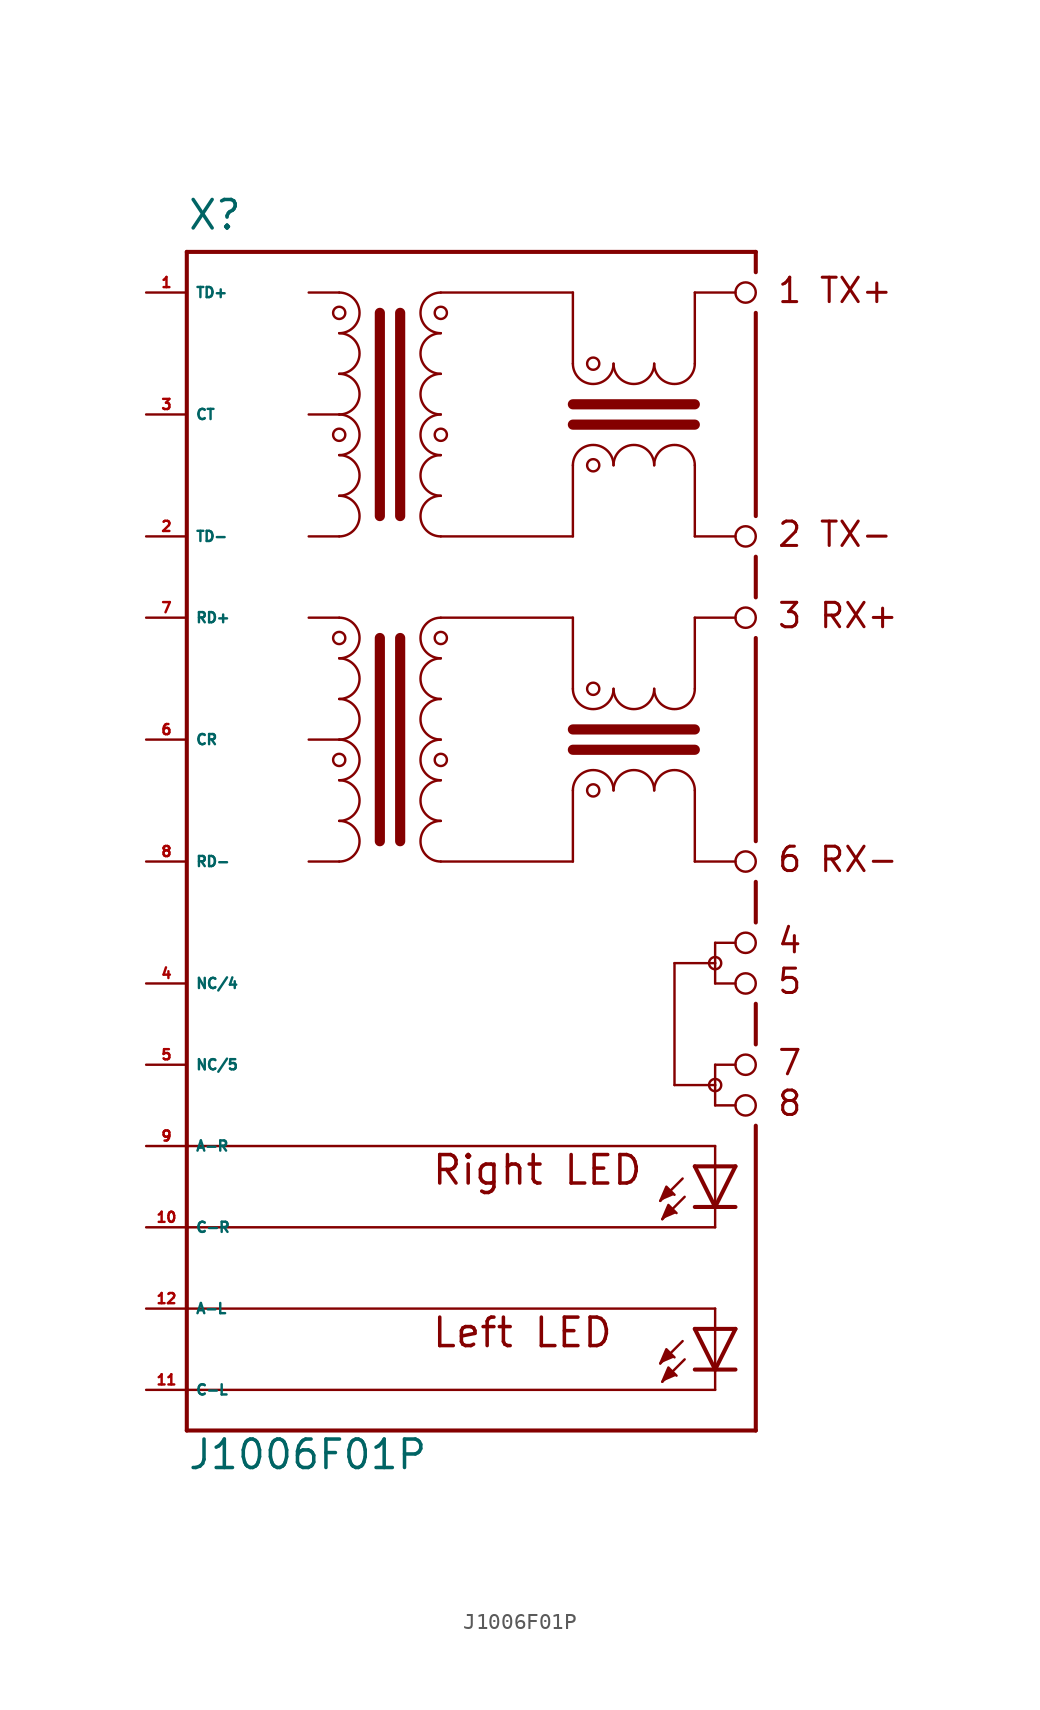
<source format=kicad_sym>
(kicad_symbol_lib
  (version 20220914)
  (generator Eagle2Kicad)
  (symbol "J1006F01P"
    (property "Reference" "X"
      (at -12.7 21.59 0)
      (effects (font (size 1.778 1.778) (thickness 0.22)) (justify left bottom)))
    (property "Value" "J1006F01P"
      (at -12.7 -55.88 0)
      (effects (font (size 1.778 1.778) (thickness 0.22)) (justify left bottom)))
    (polyline
      (pts (xy 16.891 -38.989) (xy 17.272 -38.1) (xy 17.78 -38.608))
      (stroke (width 0.152) (type default))
      (fill (type outline)))
    (polyline
      (pts (xy 17.018 -40.132) (xy 17.399 -39.243) (xy 17.907 -39.751))
      (stroke (width 0.152) (type default))
      (fill (type outline)))
    (polyline
      (pts (xy 16.891 -49.149) (xy 17.272 -48.26) (xy 17.78 -48.768))
      (stroke (width 0.152) (type default))
      (fill (type outline)))
    (polyline
      (pts (xy 17.018 -50.292) (xy 17.399 -49.403) (xy 17.907 -49.911))
      (stroke (width 0.152) (type default))
      (fill (type outline)))
    (polyline
      (pts (xy 21.59 -36.83) (xy 20.32 -39.37))
      (stroke (width 0.254) (type default))
      (fill (type none)))
    (polyline
      (pts (xy 20.32 -39.37) (xy 19.05 -36.83))
      (stroke (width 0.254) (type default))
      (fill (type none)))
    (polyline
      (pts (xy 21.59 -39.37) (xy 20.32 -39.37))
      (stroke (width 0.254) (type default))
      (fill (type none)))
    (polyline
      (pts (xy 20.32 -39.37) (xy 19.05 -39.37))
      (stroke (width 0.254) (type default))
      (fill (type none)))
    (polyline
      (pts (xy 21.59 -36.83) (xy 20.32 -36.83))
      (stroke (width 0.254) (type default))
      (fill (type none)))
    (polyline
      (pts (xy 20.32 -36.83) (xy 19.05 -36.83))
      (stroke (width 0.254) (type default))
      (fill (type none)))
    (polyline
      (pts (xy 20.32 -36.83) (xy 20.32 -39.37))
      (stroke (width 0.152) (type default))
      (fill (type none)))
    (polyline
      (pts (xy 18.288 -37.592) (xy 16.891 -38.989))
      (stroke (width 0.152) (type default))
      (fill (type none)))
    (polyline
      (pts (xy 18.415 -38.735) (xy 17.018 -40.132))
      (stroke (width 0.152) (type default))
      (fill (type none)))
    (polyline
      (pts (xy 20.32 -40.64) (xy 20.32 -39.37))
      (stroke (width 0.152) (type default))
      (fill (type none)))
    (polyline
      (pts (xy -5.08 2.54) (xy -3.175 2.54))
      (stroke (width 0.152) (type default))
      (fill (type none)))
    (polyline
      (pts (xy -5.08 10.16) (xy -3.175 10.16))
      (stroke (width 0.152) (type default))
      (fill (type none)))
    (polyline
      (pts (xy -5.08 17.78) (xy -3.175 17.78))
      (stroke (width 0.152) (type default))
      (fill (type none)))
    (arc
      (start -3.175 10.16)
      (mid -1.905 11.430)
      (end -3.175 12.7)
      (stroke (width 0.1524) (type default))
      (fill (type none)))
    (arc
      (start -3.175 12.7)
      (mid -1.905 13.970)
      (end -3.175 15.24)
      (stroke (width 0.1524) (type default))
      (fill (type none)))
    (arc
      (start -3.175 15.24)
      (mid -1.905 16.510)
      (end -3.175 17.78)
      (stroke (width 0.1524) (type default))
      (fill (type none)))
    (arc
      (start -3.175 7.62)
      (mid -1.905 8.890)
      (end -3.175 10.16)
      (stroke (width 0.1524) (type default))
      (fill (type none)))
    (arc
      (start -3.175 5.08)
      (mid -1.905 6.350)
      (end -3.175 7.62)
      (stroke (width 0.1524) (type default))
      (fill (type none)))
    (arc
      (start -3.175 2.54)
      (mid -1.905 3.810)
      (end -3.175 5.08)
      (stroke (width 0.1524) (type default))
      (fill (type none)))
    (polyline
      (pts (xy -0.635 16.51) (xy -0.635 3.81))
      (stroke (width 0.635) (type default))
      (fill (type none)))
    (polyline
      (pts (xy 0.635 16.51) (xy 0.635 3.81))
      (stroke (width 0.635) (type default))
      (fill (type none)))
    (arc
      (start 3.175 12.7)
      (mid 1.905 11.430)
      (end 3.175 10.16)
      (stroke (width 0.1524) (type default))
      (fill (type none)))
    (arc
      (start 3.175 15.24)
      (mid 1.905 13.970)
      (end 3.175 12.7)
      (stroke (width 0.1524) (type default))
      (fill (type none)))
    (arc
      (start 3.175 17.78)
      (mid 1.905 16.510)
      (end 3.175 15.24)
      (stroke (width 0.1524) (type default))
      (fill (type none)))
    (arc
      (start 3.175 10.16)
      (mid 1.905 8.890)
      (end 3.175 7.62)
      (stroke (width 0.1524) (type default))
      (fill (type none)))
    (arc
      (start 3.175 7.62)
      (mid 1.905 6.350)
      (end 3.175 5.08)
      (stroke (width 0.1524) (type default))
      (fill (type none)))
    (arc
      (start 3.175 5.08)
      (mid 1.905 3.810)
      (end 3.175 2.54)
      (stroke (width 0.1524) (type default))
      (fill (type none)))
    (arc
      (start 19.05 6.985)
      (mid 17.780 8.255)
      (end 16.51 6.985)
      (stroke (width 0.1524) (type default))
      (fill (type none)))
    (arc
      (start 16.51 6.985)
      (mid 15.240 8.255)
      (end 13.97 6.985)
      (stroke (width 0.1524) (type default))
      (fill (type none)))
    (arc
      (start 13.97 6.985)
      (mid 12.700 8.255)
      (end 11.43 6.985)
      (stroke (width 0.1524) (type default))
      (fill (type none)))
    (arc
      (start 16.51 13.335)
      (mid 17.780 12.065)
      (end 19.05 13.335)
      (stroke (width 0.1524) (type default))
      (fill (type none)))
    (arc
      (start 13.97 13.335)
      (mid 15.240 12.065)
      (end 16.51 13.335)
      (stroke (width 0.1524) (type default))
      (fill (type none)))
    (arc
      (start 11.43 13.335)
      (mid 12.700 12.065)
      (end 13.97 13.335)
      (stroke (width 0.1524) (type default))
      (fill (type none)))
    (polyline
      (pts (xy 3.175 17.78) (xy 11.43 17.78))
      (stroke (width 0.152) (type default))
      (fill (type none)))
    (polyline
      (pts (xy 11.43 17.78) (xy 11.43 13.335))
      (stroke (width 0.152) (type default))
      (fill (type none)))
    (polyline
      (pts (xy 11.43 2.54) (xy 3.175 2.54))
      (stroke (width 0.152) (type default))
      (fill (type none)))
    (polyline
      (pts (xy 11.43 2.54) (xy 11.43 6.985))
      (stroke (width 0.152) (type default))
      (fill (type none)))
    (polyline
      (pts (xy 19.05 13.335) (xy 19.05 17.78))
      (stroke (width 0.152) (type default))
      (fill (type none)))
    (polyline
      (pts (xy 19.05 17.78) (xy 21.59 17.78))
      (stroke (width 0.152) (type default))
      (fill (type none)))
    (polyline
      (pts (xy 19.05 6.985) (xy 19.05 2.54))
      (stroke (width 0.152) (type default))
      (fill (type none)))
    (polyline
      (pts (xy 19.05 2.54) (xy 21.59 2.54))
      (stroke (width 0.152) (type default))
      (fill (type none)))
    (polyline
      (pts (xy 11.43 9.525) (xy 19.05 9.525))
      (stroke (width 0.635) (type default))
      (fill (type none)))
    (polyline
      (pts (xy 11.43 10.795) (xy 19.05 10.795))
      (stroke (width 0.635) (type default))
      (fill (type none)))
    (polyline
      (pts (xy -5.08 -17.78) (xy -3.175 -17.78))
      (stroke (width 0.152) (type default))
      (fill (type none)))
    (polyline
      (pts (xy -5.08 -10.16) (xy -3.175 -10.16))
      (stroke (width 0.152) (type default))
      (fill (type none)))
    (polyline
      (pts (xy -5.08 -2.54) (xy -3.175 -2.54))
      (stroke (width 0.152) (type default))
      (fill (type none)))
    (arc
      (start -3.175 -10.16)
      (mid -1.905 -8.890)
      (end -3.175 -7.62)
      (stroke (width 0.1524) (type default))
      (fill (type none)))
    (arc
      (start -3.175 -7.62)
      (mid -1.905 -6.350)
      (end -3.175 -5.08)
      (stroke (width 0.1524) (type default))
      (fill (type none)))
    (arc
      (start -3.175 -5.08)
      (mid -1.905 -3.810)
      (end -3.175 -2.54)
      (stroke (width 0.1524) (type default))
      (fill (type none)))
    (arc
      (start -3.175 -12.7)
      (mid -1.905 -11.430)
      (end -3.175 -10.16)
      (stroke (width 0.1524) (type default))
      (fill (type none)))
    (arc
      (start -3.175 -15.24)
      (mid -1.905 -13.970)
      (end -3.175 -12.7)
      (stroke (width 0.1524) (type default))
      (fill (type none)))
    (arc
      (start -3.175 -17.78)
      (mid -1.905 -16.510)
      (end -3.175 -15.24)
      (stroke (width 0.1524) (type default))
      (fill (type none)))
    (polyline
      (pts (xy -0.635 -3.81) (xy -0.635 -16.51))
      (stroke (width 0.635) (type default))
      (fill (type none)))
    (polyline
      (pts (xy 0.635 -3.81) (xy 0.635 -16.51))
      (stroke (width 0.635) (type default))
      (fill (type none)))
    (arc
      (start 3.175 -7.62)
      (mid 1.905 -8.890)
      (end 3.175 -10.16)
      (stroke (width 0.1524) (type default))
      (fill (type none)))
    (arc
      (start 3.175 -5.08)
      (mid 1.905 -6.350)
      (end 3.175 -7.62)
      (stroke (width 0.1524) (type default))
      (fill (type none)))
    (arc
      (start 3.175 -2.54)
      (mid 1.905 -3.810)
      (end 3.175 -5.08)
      (stroke (width 0.1524) (type default))
      (fill (type none)))
    (arc
      (start 3.175 -10.16)
      (mid 1.905 -11.430)
      (end 3.175 -12.7)
      (stroke (width 0.1524) (type default))
      (fill (type none)))
    (arc
      (start 3.175 -12.7)
      (mid 1.905 -13.970)
      (end 3.175 -15.24)
      (stroke (width 0.1524) (type default))
      (fill (type none)))
    (arc
      (start 3.175 -15.24)
      (mid 1.905 -16.510)
      (end 3.175 -17.78)
      (stroke (width 0.1524) (type default))
      (fill (type none)))
    (arc
      (start 19.05 -13.335)
      (mid 17.780 -12.065)
      (end 16.51 -13.335)
      (stroke (width 0.1524) (type default))
      (fill (type none)))
    (arc
      (start 16.51 -13.335)
      (mid 15.240 -12.065)
      (end 13.97 -13.335)
      (stroke (width 0.1524) (type default))
      (fill (type none)))
    (arc
      (start 13.97 -13.335)
      (mid 12.700 -12.065)
      (end 11.43 -13.335)
      (stroke (width 0.1524) (type default))
      (fill (type none)))
    (arc
      (start 16.51 -6.985)
      (mid 17.780 -8.255)
      (end 19.05 -6.985)
      (stroke (width 0.1524) (type default))
      (fill (type none)))
    (arc
      (start 13.97 -6.985)
      (mid 15.240 -8.255)
      (end 16.51 -6.985)
      (stroke (width 0.1524) (type default))
      (fill (type none)))
    (arc
      (start 11.43 -6.985)
      (mid 12.700 -8.255)
      (end 13.97 -6.985)
      (stroke (width 0.1524) (type default))
      (fill (type none)))
    (polyline
      (pts (xy 3.175 -2.54) (xy 11.43 -2.54))
      (stroke (width 0.152) (type default))
      (fill (type none)))
    (polyline
      (pts (xy 11.43 -2.54) (xy 11.43 -6.985))
      (stroke (width 0.152) (type default))
      (fill (type none)))
    (polyline
      (pts (xy 11.43 -17.78) (xy 3.175 -17.78))
      (stroke (width 0.152) (type default))
      (fill (type none)))
    (polyline
      (pts (xy 11.43 -17.78) (xy 11.43 -13.335))
      (stroke (width 0.152) (type default))
      (fill (type none)))
    (polyline
      (pts (xy 19.05 -6.985) (xy 19.05 -2.54))
      (stroke (width 0.152) (type default))
      (fill (type none)))
    (polyline
      (pts (xy 19.05 -2.54) (xy 21.59 -2.54))
      (stroke (width 0.152) (type default))
      (fill (type none)))
    (polyline
      (pts (xy 19.05 -13.335) (xy 19.05 -17.78))
      (stroke (width 0.152) (type default))
      (fill (type none)))
    (polyline
      (pts (xy 19.05 -17.78) (xy 21.59 -17.78))
      (stroke (width 0.152) (type default))
      (fill (type none)))
    (polyline
      (pts (xy 11.43 -10.795) (xy 19.05 -10.795))
      (stroke (width 0.635) (type default))
      (fill (type none)))
    (polyline
      (pts (xy 11.43 -9.525) (xy 19.05 -9.525))
      (stroke (width 0.635) (type default))
      (fill (type none)))
    (polyline
      (pts (xy 21.59 -22.86) (xy 20.32 -22.86))
      (stroke (width 0.152) (type default))
      (fill (type none)))
    (polyline
      (pts (xy 20.32 -22.86) (xy 20.32 -24.13))
      (stroke (width 0.152) (type default))
      (fill (type none)))
    (polyline
      (pts (xy 20.32 -24.13) (xy 20.32 -25.4))
      (stroke (width 0.152) (type default))
      (fill (type none)))
    (polyline
      (pts (xy 20.32 -25.4) (xy 21.59 -25.4))
      (stroke (width 0.152) (type default))
      (fill (type none)))
    (polyline
      (pts (xy 21.59 -30.48) (xy 20.32 -30.48))
      (stroke (width 0.152) (type default))
      (fill (type none)))
    (polyline
      (pts (xy 20.32 -30.48) (xy 20.32 -31.75))
      (stroke (width 0.152) (type default))
      (fill (type none)))
    (polyline
      (pts (xy 20.32 -31.75) (xy 20.32 -33.02))
      (stroke (width 0.152) (type default))
      (fill (type none)))
    (polyline
      (pts (xy 20.32 -33.02) (xy 21.59 -33.02))
      (stroke (width 0.152) (type default))
      (fill (type none)))
    (polyline
      (pts (xy 20.32 -24.13) (xy 17.78 -24.13))
      (stroke (width 0.152) (type default))
      (fill (type none)))
    (polyline
      (pts (xy 17.78 -24.13) (xy 17.78 -31.75))
      (stroke (width 0.152) (type default))
      (fill (type none)))
    (polyline
      (pts (xy 17.78 -31.75) (xy 20.32 -31.75))
      (stroke (width 0.152) (type default))
      (fill (type none)))
    (polyline
      (pts (xy -12.7 20.32) (xy -12.7 -35.56))
      (stroke (width 0.254) (type default))
      (fill (type none)))
    (polyline
      (pts (xy -12.7 -35.56) (xy -12.7 -40.64))
      (stroke (width 0.254) (type default))
      (fill (type none)))
    (polyline
      (pts (xy -12.7 -40.64) (xy -12.7 -45.72))
      (stroke (width 0.254) (type default))
      (fill (type none)))
    (polyline
      (pts (xy -12.7 -45.72) (xy -12.7 -50.8))
      (stroke (width 0.254) (type default))
      (fill (type none)))
    (polyline
      (pts (xy -12.7 -50.8) (xy -12.7 -53.34))
      (stroke (width 0.254) (type default))
      (fill (type none)))
    (polyline
      (pts (xy -12.7 -53.34) (xy 22.86 -53.34))
      (stroke (width 0.254) (type default))
      (fill (type none)))
    (polyline
      (pts (xy -12.7 20.32) (xy 22.86 20.32))
      (stroke (width 0.254) (type default))
      (fill (type none)))
    (polyline
      (pts (xy 22.86 20.32) (xy 22.86 19.05))
      (stroke (width 0.254) (type default))
      (fill (type none)))
    (polyline
      (pts (xy 22.86 -53.34) (xy 22.86 -34.29))
      (stroke (width 0.254) (type default))
      (fill (type none)))
    (polyline
      (pts (xy 22.86 -29.21) (xy 22.86 -26.67))
      (stroke (width 0.254) (type default))
      (fill (type none)))
    (polyline
      (pts (xy 22.86 -21.59) (xy 22.86 -19.05))
      (stroke (width 0.254) (type default))
      (fill (type none)))
    (polyline
      (pts (xy 22.86 -16.51) (xy 22.86 -3.81))
      (stroke (width 0.254) (type default))
      (fill (type none)))
    (polyline
      (pts (xy 22.86 -1.27) (xy 22.86 1.27))
      (stroke (width 0.254) (type default))
      (fill (type none)))
    (polyline
      (pts (xy 22.86 3.81) (xy 22.86 16.51))
      (stroke (width 0.254) (type default))
      (fill (type none)))
    (polyline
      (pts (xy -12.7 -35.56) (xy 20.32 -35.56))
      (stroke (width 0.152) (type default))
      (fill (type none)))
    (polyline
      (pts (xy 20.32 -35.56) (xy 20.32 -36.83))
      (stroke (width 0.152) (type default))
      (fill (type none)))
    (polyline
      (pts (xy -12.7 -40.64) (xy 20.32 -40.64))
      (stroke (width 0.152) (type default))
      (fill (type none)))
    (polyline
      (pts (xy 21.59 -46.99) (xy 20.32 -49.53))
      (stroke (width 0.254) (type default))
      (fill (type none)))
    (polyline
      (pts (xy 20.32 -49.53) (xy 19.05 -46.99))
      (stroke (width 0.254) (type default))
      (fill (type none)))
    (polyline
      (pts (xy 21.59 -49.53) (xy 20.32 -49.53))
      (stroke (width 0.254) (type default))
      (fill (type none)))
    (polyline
      (pts (xy 20.32 -49.53) (xy 19.05 -49.53))
      (stroke (width 0.254) (type default))
      (fill (type none)))
    (polyline
      (pts (xy 21.59 -46.99) (xy 20.32 -46.99))
      (stroke (width 0.254) (type default))
      (fill (type none)))
    (polyline
      (pts (xy 20.32 -46.99) (xy 19.05 -46.99))
      (stroke (width 0.254) (type default))
      (fill (type none)))
    (polyline
      (pts (xy 20.32 -46.99) (xy 20.32 -49.53))
      (stroke (width 0.152) (type default))
      (fill (type none)))
    (polyline
      (pts (xy 18.288 -47.752) (xy 16.891 -49.149))
      (stroke (width 0.152) (type default))
      (fill (type none)))
    (polyline
      (pts (xy 18.415 -48.895) (xy 17.018 -50.292))
      (stroke (width 0.152) (type default))
      (fill (type none)))
    (polyline
      (pts (xy 20.32 -50.8) (xy 20.32 -49.53))
      (stroke (width 0.152) (type default))
      (fill (type none)))
    (polyline
      (pts (xy -12.7 -45.72) (xy 20.32 -45.72))
      (stroke (width 0.152) (type default))
      (fill (type none)))
    (polyline
      (pts (xy 20.32 -45.72) (xy 20.32 -46.99))
      (stroke (width 0.152) (type default))
      (fill (type none)))
    (polyline
      (pts (xy -12.7 -50.8) (xy 20.32 -50.8))
      (stroke (width 0.152) (type default))
      (fill (type none)))
    (text "Right LED"
      (at 2.54 -38.1 0)
      (effects (font (size 1.778 1.778) (thickness 0.22)) (justify left bottom)))
    (text "Left LED"
      (at 2.54 -48.26 0)
      (effects (font (size 1.778 1.778) (thickness 0.22)) (justify left bottom)))
    (text "1 TX+"
      (at 24.13 17.018 0)
      (effects (font (size 1.524 1.524) (thickness 0.19)) (justify left bottom)))
    (text "2 TX-"
      (at 24.13 1.778 0)
      (effects (font (size 1.524 1.524) (thickness 0.19)) (justify left bottom)))
    (text "3 RX+"
      (at 24.13 -3.302 0)
      (effects (font (size 1.524 1.524) (thickness 0.19)) (justify left bottom)))
    (text "6 RX-"
      (at 24.13 -18.542 0)
      (effects (font (size 1.524 1.524) (thickness 0.19)) (justify left bottom)))
    (text "4"
      (at 24.13 -23.622 0)
      (effects (font (size 1.524 1.524) (thickness 0.19)) (justify left bottom)))
    (text "5"
      (at 24.13 -26.162 0)
      (effects (font (size 1.524 1.524) (thickness 0.19)) (justify left bottom)))
    (text "7"
      (at 24.13 -31.242 0)
      (effects (font (size 1.524 1.524) (thickness 0.19)) (justify left bottom)))
    (text "8"
      (at 24.13 -33.782 0)
      (effects (font (size 1.524 1.524) (thickness 0.19)) (justify left bottom)))
    (circle
      (center -3.175 16.51)
      (radius 0.381)
      (stroke (width 0) (type default))
      (fill (type none)))
    (circle
      (center -3.175 8.89)
      (radius 0.381)
      (stroke (width 0) (type default))
      (fill (type none)))
    (circle
      (center 3.175 16.51)
      (radius 0.381)
      (stroke (width 0) (type default))
      (fill (type none)))
    (circle
      (center 3.175 8.89)
      (radius 0.381)
      (stroke (width 0) (type default))
      (fill (type none)))
    (circle
      (center 12.7 6.985)
      (radius 0.381)
      (stroke (width 0) (type default))
      (fill (type none)))
    (circle
      (center 12.7 13.335)
      (radius 0.381)
      (stroke (width 0) (type default))
      (fill (type none)))
    (circle
      (center -3.175 -3.81)
      (radius 0.381)
      (stroke (width 0) (type default))
      (fill (type none)))
    (circle
      (center -3.175 -11.43)
      (radius 0.381)
      (stroke (width 0) (type default))
      (fill (type none)))
    (circle
      (center 3.175 -3.81)
      (radius 0.381)
      (stroke (width 0) (type default))
      (fill (type none)))
    (circle
      (center 3.175 -11.43)
      (radius 0.381)
      (stroke (width 0) (type default))
      (fill (type none)))
    (circle
      (center 12.7 -13.335)
      (radius 0.381)
      (stroke (width 0) (type default))
      (fill (type none)))
    (circle
      (center 12.7 -6.985)
      (radius 0.381)
      (stroke (width 0) (type default))
      (fill (type none)))
    (circle
      (center 22.225 17.78)
      (radius 0.635)
      (stroke (width 0.152) (type default))
      (fill (type none)))
    (circle
      (center 22.225 2.54)
      (radius 0.635)
      (stroke (width 0.152) (type default))
      (fill (type none)))
    (circle
      (center 22.225 -2.54)
      (radius 0.635)
      (stroke (width 0.152) (type default))
      (fill (type none)))
    (circle
      (center 22.225 -17.78)
      (radius 0.635)
      (stroke (width 0.152) (type default))
      (fill (type none)))
    (circle
      (center 22.225 -22.86)
      (radius 0.635)
      (stroke (width 0.152) (type default))
      (fill (type none)))
    (circle
      (center 22.225 -25.4)
      (radius 0.635)
      (stroke (width 0.152) (type default))
      (fill (type none)))
    (circle
      (center 22.225 -30.48)
      (radius 0.635)
      (stroke (width 0.152) (type default))
      (fill (type none)))
    (circle
      (center 22.225 -33.02)
      (radius 0.635)
      (stroke (width 0.152) (type default))
      (fill (type none)))
    (circle
      (center 20.32 -24.13)
      (radius 0.381)
      (stroke (width 0) (type default))
      (fill (type none)))
    (circle
      (center 20.32 -31.75)
      (radius 0.381)
      (stroke (width 0) (type default))
      (fill (type none)))
    (pin passive line
      (at -15.24 -40.64 0)
      (length 2.54)
      (name "C-R" (effects (font (size 0.635 0.635) (thickness 0.08)) (justify left bottom)))
      (number "10" (effects (font (size 0.635 0.635) (thickness 0.08)) (justify left bottom))))
    (pin passive line
      (at -15.24 -35.56 0)
      (length 2.54)
      (name "A-R" (effects (font (size 0.635 0.635) (thickness 0.08)) (justify left bottom)))
      (number "9" (effects (font (size 0.635 0.635) (thickness 0.08)) (justify left bottom))))
    (pin passive line
      (at -15.24 -50.8 0)
      (length 2.54)
      (name "C-L" (effects (font (size 0.635 0.635) (thickness 0.08)) (justify left bottom)))
      (number "11" (effects (font (size 0.635 0.635) (thickness 0.08)) (justify left bottom))))
    (pin passive line
      (at -15.24 -45.72 0)
      (length 2.54)
      (name "A-L" (effects (font (size 0.635 0.635) (thickness 0.08)) (justify left bottom)))
      (number "12" (effects (font (size 0.635 0.635) (thickness 0.08)) (justify left bottom))))
    (pin input line
      (at -15.24 17.78 0)
      (length 2.54)
      (name "TD+" (effects (font (size 0.635 0.635) (thickness 0.08)) (justify left bottom)))
      (number "1" (effects (font (size 0.635 0.635) (thickness 0.08)) (justify left bottom))))
    (pin input line
      (at -15.24 10.16 0)
      (length 2.54)
      (name "CT" (effects (font (size 0.635 0.635) (thickness 0.08)) (justify left bottom)))
      (number "3" (effects (font (size 0.635 0.635) (thickness 0.08)) (justify left bottom))))
    (pin input line
      (at -15.24 2.54 0)
      (length 2.54)
      (name "TD-" (effects (font (size 0.635 0.635) (thickness 0.08)) (justify left bottom)))
      (number "2" (effects (font (size 0.635 0.635) (thickness 0.08)) (justify left bottom))))
    (pin input line
      (at -15.24 -2.54 0)
      (length 2.54)
      (name "RD+" (effects (font (size 0.635 0.635) (thickness 0.08)) (justify left bottom)))
      (number "7" (effects (font (size 0.635 0.635) (thickness 0.08)) (justify left bottom))))
    (pin input line
      (at -15.24 -10.16 0)
      (length 2.54)
      (name "CR" (effects (font (size 0.635 0.635) (thickness 0.08)) (justify left bottom)))
      (number "6" (effects (font (size 0.635 0.635) (thickness 0.08)) (justify left bottom))))
    (pin input line
      (at -15.24 -17.78 0)
      (length 2.54)
      (name "RD-" (effects (font (size 0.635 0.635) (thickness 0.08)) (justify left bottom)))
      (number "8" (effects (font (size 0.635 0.635) (thickness 0.08)) (justify left bottom))))
    (pin input line
      (at -15.24 -25.4 0)
      (length 2.54)
      (name "NC/4" (effects (font (size 0.635 0.635) (thickness 0.08)) (justify left bottom)))
      (number "4" (effects (font (size 0.635 0.635) (thickness 0.08)) (justify left bottom))))
    (pin input line
      (at -15.24 -30.48 0)
      (length 2.54)
      (name "NC/5" (effects (font (size 0.635 0.635) (thickness 0.08)) (justify left bottom)))
      (number "5" (effects (font (size 0.635 0.635) (thickness 0.08)) (justify left bottom))))))
</source>
